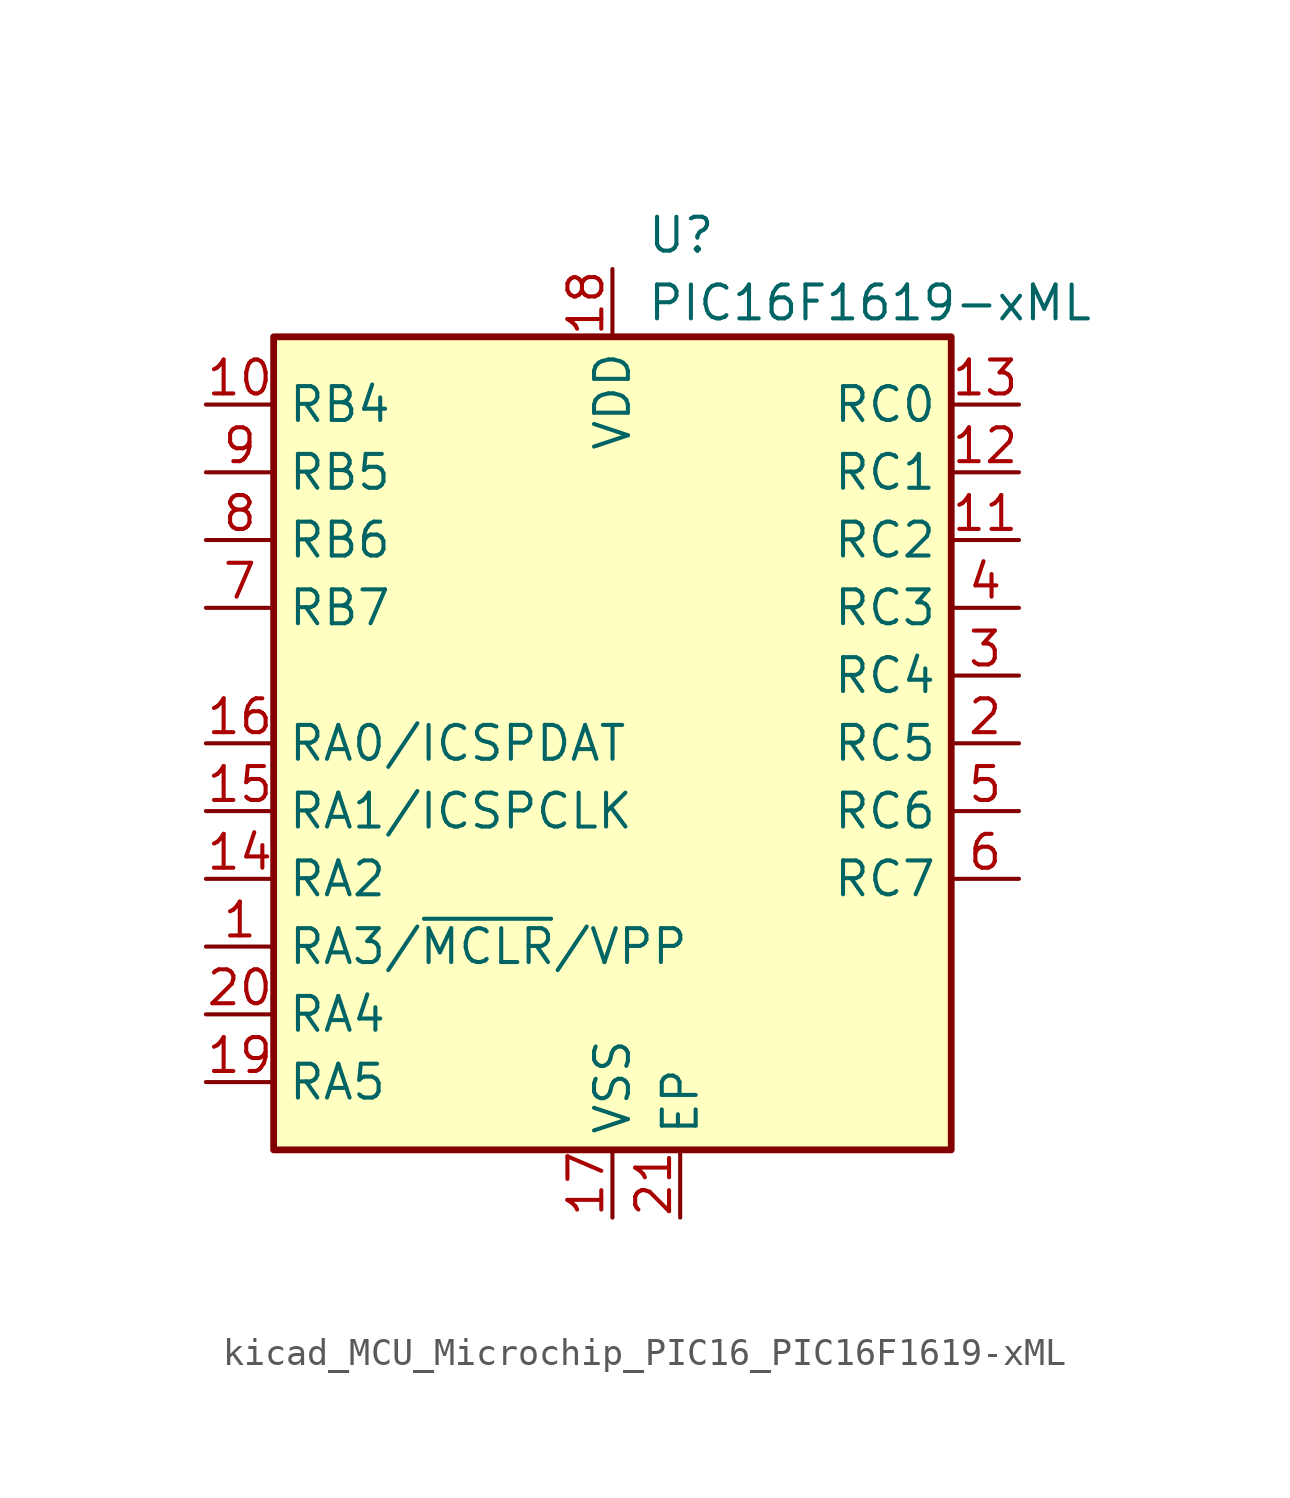
<source format=kicad_sym>
(kicad_symbol_lib
  (version 20220914)
  (generator kicad_symbol_editor)
  (symbol "kicad_MCU_Microchip_PIC16_PIC16F1619-xML"
    (property "Reference" "U"
      (at 1.27 19.05 0)
      (effects (font (size 1.27 1.27)) (justify left)))
    (property "Value" "PIC16F1619-xML"
      (at 1.27 16.51 0)
      (effects (font (size 1.27 1.27)) (justify left)))
    (symbol "kicad_MCU_Microchip_PIC16_PIC16F1619-xML_0_0"
      (pin passive line (at 2.54 -17.78 90) (length 2.54) (name "EP" (effects (font (size 1.27 1.27)))) (number "21" (effects (font (size 1.27 1.27))))))
    (symbol "kicad_MCU_Microchip_PIC16_PIC16F1619-xML_0_1"
      (rectangle (start -12.7 15.24) (end 12.7 -15.24) (stroke (width 0.254) (type default)) (fill (type background))))
    (symbol "kicad_MCU_Microchip_PIC16_PIC16F1619-xML_1_1"
      (pin bidirectional line (at -15.24 -7.62 0) (length 2.54) (name "RA3/~{MCLR}/VPP" (effects (font (size 1.27 1.27)))) (number "1" (effects (font (size 1.27 1.27)))))
      (pin bidirectional line (at -15.24 12.7 0) (length 2.54) (name "RB4" (effects (font (size 1.27 1.27)))) (number "10" (effects (font (size 1.27 1.27)))))
      (pin bidirectional line (at 15.24 7.62 180) (length 2.54) (name "RC2" (effects (font (size 1.27 1.27)))) (number "11" (effects (font (size 1.27 1.27)))))
      (pin bidirectional line (at 15.24 10.16 180) (length 2.54) (name "RC1" (effects (font (size 1.27 1.27)))) (number "12" (effects (font (size 1.27 1.27)))))
      (pin bidirectional line (at 15.24 12.7 180) (length 2.54) (name "RC0" (effects (font (size 1.27 1.27)))) (number "13" (effects (font (size 1.27 1.27)))))
      (pin bidirectional line (at -15.24 -5.08 0) (length 2.54) (name "RA2" (effects (font (size 1.27 1.27)))) (number "14" (effects (font (size 1.27 1.27)))))
      (pin bidirectional line (at -15.24 -2.54 0) (length 2.54) (name "RA1/ICSPCLK" (effects (font (size 1.27 1.27)))) (number "15" (effects (font (size 1.27 1.27)))))
      (pin bidirectional line (at -15.24 0 0) (length 2.54) (name "RA0/ICSPDAT" (effects (font (size 1.27 1.27)))) (number "16" (effects (font (size 1.27 1.27)))))
      (pin power_in line (at 0 -17.78 90) (length 2.54) (name "VSS" (effects (font (size 1.27 1.27)))) (number "17" (effects (font (size 1.27 1.27)))))
      (pin power_in line (at 0 17.78 270) (length 2.54) (name "VDD" (effects (font (size 1.27 1.27)))) (number "18" (effects (font (size 1.27 1.27)))))
      (pin bidirectional line (at -15.24 -12.7 0) (length 2.54) (name "RA5" (effects (font (size 1.27 1.27)))) (number "19" (effects (font (size 1.27 1.27)))))
      (pin bidirectional line (at 15.24 0 180) (length 2.54) (name "RC5" (effects (font (size 1.27 1.27)))) (number "2" (effects (font (size 1.27 1.27)))))
      (pin bidirectional line (at -15.24 -10.16 0) (length 2.54) (name "RA4" (effects (font (size 1.27 1.27)))) (number "20" (effects (font (size 1.27 1.27)))))
      (pin bidirectional line (at 15.24 2.54 180) (length 2.54) (name "RC4" (effects (font (size 1.27 1.27)))) (number "3" (effects (font (size 1.27 1.27)))))
      (pin bidirectional line (at 15.24 5.08 180) (length 2.54) (name "RC3" (effects (font (size 1.27 1.27)))) (number "4" (effects (font (size 1.27 1.27)))))
      (pin bidirectional line (at 15.24 -2.54 180) (length 2.54) (name "RC6" (effects (font (size 1.27 1.27)))) (number "5" (effects (font (size 1.27 1.27)))))
      (pin bidirectional line (at 15.24 -5.08 180) (length 2.54) (name "RC7" (effects (font (size 1.27 1.27)))) (number "6" (effects (font (size 1.27 1.27)))))
      (pin bidirectional line (at -15.24 5.08 0) (length 2.54) (name "RB7" (effects (font (size 1.27 1.27)))) (number "7" (effects (font (size 1.27 1.27)))))
      (pin bidirectional line (at -15.24 7.62 0) (length 2.54) (name "RB6" (effects (font (size 1.27 1.27)))) (number "8" (effects (font (size 1.27 1.27)))))
      (pin bidirectional line (at -15.24 10.16 0) (length 2.54) (name "RB5" (effects (font (size 1.27 1.27)))) (number "9" (effects (font (size 1.27 1.27))))))))
</source>
